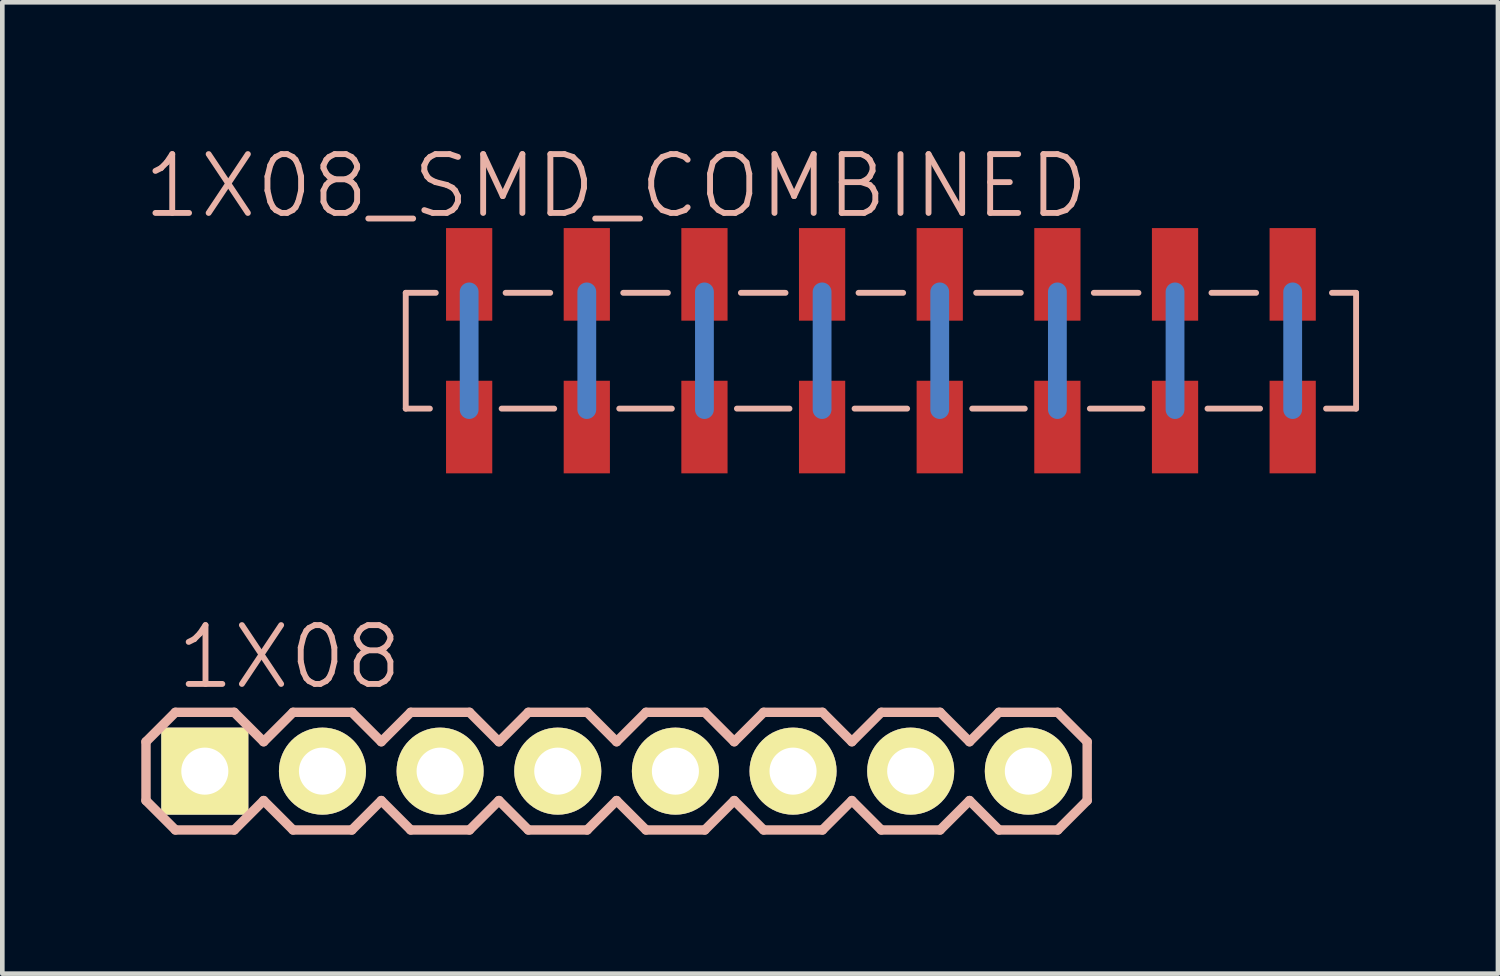
<source format=kicad_pcb>
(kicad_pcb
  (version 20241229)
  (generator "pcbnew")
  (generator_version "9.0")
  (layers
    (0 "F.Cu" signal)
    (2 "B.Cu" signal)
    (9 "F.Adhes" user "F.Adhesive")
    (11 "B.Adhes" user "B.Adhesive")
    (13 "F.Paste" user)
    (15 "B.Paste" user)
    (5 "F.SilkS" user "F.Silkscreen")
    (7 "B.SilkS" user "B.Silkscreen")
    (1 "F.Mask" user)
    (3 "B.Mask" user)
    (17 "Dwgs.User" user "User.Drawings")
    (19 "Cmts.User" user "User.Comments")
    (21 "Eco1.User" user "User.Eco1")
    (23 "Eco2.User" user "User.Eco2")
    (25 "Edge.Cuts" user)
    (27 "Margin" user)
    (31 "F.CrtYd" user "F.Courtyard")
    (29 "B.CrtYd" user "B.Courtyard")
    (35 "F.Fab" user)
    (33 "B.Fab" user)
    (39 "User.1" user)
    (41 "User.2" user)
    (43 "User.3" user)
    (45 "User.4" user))
  (footprint "1X08_SMD_COMBINED"
    (layer "F.Cu")
    (at 7.079 4.522)
    (property "Reference" "1X08_SMD_COMBINED" (at 3.175 -3.556 0) (layer "B.SilkS") (effects (font (size 1.27 1.27) (thickness 0.127))))
    (attr smd)
    (fp_line (start 0 -1.27) (end 0 1.27) (stroke (width 0.406) (type solid)) (layer "B.Cu"))
    (fp_line (start 2.54 -1.27) (end 2.54 1.27) (stroke (width 0.406) (type solid)) (layer "B.Cu"))
    (fp_line (start 5.08 -1.27) (end 5.08 1.27) (stroke (width 0.406) (type solid)) (layer "B.Cu"))
    (fp_line (start 7.62 -1.27) (end 7.62 1.27) (stroke (width 0.406) (type solid)) (layer "B.Cu"))
    (fp_line (start 10.16 -1.27) (end 10.16 1.27) (stroke (width 0.406) (type solid)) (layer "B.Cu"))
    (fp_line (start 12.7 -1.27) (end 12.7 1.27) (stroke (width 0.406) (type solid)) (layer "B.Cu"))
    (fp_line (start 15.24 -1.27) (end 15.24 1.27) (stroke (width 0.406) (type solid)) (layer "B.Cu"))
    (fp_line (start 17.78 -1.27) (end 17.78 1.27) (stroke (width 0.406) (type solid)) (layer "B.Cu"))
    (fp_line (start -1.369 -1.25) (end -0.721 -1.25) (stroke (width 0.127) (type solid)) (layer "B.SilkS"))
    (fp_line (start -1.369 1.25) (end -1.369 -1.25) (stroke (width 0.127) (type solid)) (layer "B.SilkS"))
    (fp_line (start -0.848 1.25) (end -1.369 1.25) (stroke (width 0.127) (type solid)) (layer "B.SilkS"))
    (fp_line (start 0.787 -1.25) (end 1.75 -1.25) (stroke (width 0.127) (type solid)) (layer "B.SilkS"))
    (fp_line (start 1.836 1.25) (end 0.701 1.25) (stroke (width 0.127) (type solid)) (layer "B.SilkS"))
    (fp_line (start 3.327 -1.25) (end 4.29 -1.25) (stroke (width 0.127) (type solid)) (layer "B.SilkS"))
    (fp_line (start 4.376 1.25) (end 3.241 1.25) (stroke (width 0.127) (type solid)) (layer "B.SilkS"))
    (fp_line (start 5.867 -1.25) (end 6.83 -1.25) (stroke (width 0.127) (type solid)) (layer "B.SilkS"))
    (fp_line (start 6.916 1.25) (end 5.781 1.25) (stroke (width 0.127) (type solid)) (layer "B.SilkS"))
    (fp_line (start 8.407 -1.25) (end 9.37 -1.25) (stroke (width 0.127) (type solid)) (layer "B.SilkS"))
    (fp_line (start 9.456 1.25) (end 8.321 1.25) (stroke (width 0.127) (type solid)) (layer "B.SilkS"))
    (fp_line (start 10.947 -1.25) (end 11.91 -1.25) (stroke (width 0.127) (type solid)) (layer "B.SilkS"))
    (fp_line (start 11.996 1.25) (end 10.861 1.25) (stroke (width 0.127) (type solid)) (layer "B.SilkS"))
    (fp_line (start 13.487 -1.25) (end 14.45 -1.25) (stroke (width 0.127) (type solid)) (layer "B.SilkS"))
    (fp_line (start 14.536 1.25) (end 13.401 1.25) (stroke (width 0.127) (type solid)) (layer "B.SilkS"))
    (fp_line (start 16.027 -1.25) (end 16.99 -1.25) (stroke (width 0.127) (type solid)) (layer "B.SilkS"))
    (fp_line (start 17.076 1.25) (end 15.941 1.25) (stroke (width 0.127) (type solid)) (layer "B.SilkS"))
    (fp_line (start 18.628 -1.25) (end 19.149 -1.25) (stroke (width 0.127) (type solid)) (layer "B.SilkS"))
    (fp_line (start 19.149 -1.25) (end 19.149 1.25) (stroke (width 0.127) (type solid)) (layer "B.SilkS"))
    (fp_line (start 19.149 1.25) (end 18.501 1.25) (stroke (width 0.127) (type solid)) (layer "B.SilkS"))
    (pad "1" smd rect (at 0 -1.648 90) (size 1.999 0.998) (layers "F.Cu" "F.Mask" "F.Paste"))
    (pad "1@2" smd rect (at 0 1.648 270) (size 1.999 0.998) (layers "F.Cu" "F.Mask" "F.Paste"))
    (pad "2" smd rect (at 2.54 1.648 90) (size 1.999 0.998) (layers "F.Cu" "F.Mask" "F.Paste"))
    (pad "2@2" smd rect (at 2.54 -1.648 270) (size 1.999 0.998) (layers "F.Cu" "F.Mask" "F.Paste"))
    (pad "3" smd rect (at 5.08 -1.648 90) (size 1.999 0.998) (layers "F.Cu" "F.Mask" "F.Paste"))
    (pad "3@2" smd rect (at 5.08 1.648 270) (size 1.999 0.998) (layers "F.Cu" "F.Mask" "F.Paste"))
    (pad "4" smd rect (at 7.62 1.648 90) (size 1.999 0.998) (layers "F.Cu" "F.Mask" "F.Paste"))
    (pad "4@2" smd rect (at 7.62 -1.648 270) (size 1.999 0.998) (layers "F.Cu" "F.Mask" "F.Paste"))
    (pad "5" smd rect (at 10.16 -1.648 90) (size 1.999 0.998) (layers "F.Cu" "F.Mask" "F.Paste"))
    (pad "5@2" smd rect (at 10.16 1.648 270) (size 1.999 0.998) (layers "F.Cu" "F.Mask" "F.Paste"))
    (pad "6" smd rect (at 12.7 1.648 90) (size 1.999 0.998) (layers "F.Cu" "F.Mask" "F.Paste"))
    (pad "6@2" smd rect (at 12.7 -1.648 270) (size 1.999 0.998) (layers "F.Cu" "F.Mask" "F.Paste"))
    (pad "7" smd rect (at 15.24 -1.648 90) (size 1.999 0.998) (layers "F.Cu" "F.Mask" "F.Paste"))
    (pad "7@2" smd rect (at 15.24 1.648 270) (size 1.999 0.998) (layers "F.Cu" "F.Mask" "F.Paste"))
    (pad "8" smd rect (at 17.78 1.648 270) (size 1.999 0.998) (layers "F.Cu" "F.Mask" "F.Paste"))
    (pad "8@2" smd rect (at 17.78 -1.648 270) (size 1.999 0.998) (layers "F.Cu" "F.Mask" "F.Paste")))
  (footprint "1X08"
    (layer "F.Cu")
    (at 1.372 13.599)
    (property "Reference" "1X08" (at 1.829 -2.464 0) (layer "B.SilkS") (effects (font (size 1.27 1.27) (thickness 0.127))))
    (attr exclude_from_pos_files exclude_from_bom)
    (fp_line (start -0.254 -0.254) (end 0.254 -0.254) (stroke (width 0.066) (type solid)) (layer "F.SilkS"))
    (fp_line (start -0.254 0.254) (end -0.254 -0.254) (stroke (width 0.066) (type solid)) (layer "F.SilkS"))
    (fp_line (start -0.254 0.254) (end 0.254 0.254) (stroke (width 0.066) (type solid)) (layer "F.SilkS"))
    (fp_line (start 0.254 0.254) (end 0.254 -0.254) (stroke (width 0.066) (type solid)) (layer "F.SilkS"))
    (fp_line (start 2.286 -0.254) (end 2.794 -0.254) (stroke (width 0.066) (type solid)) (layer "F.SilkS"))
    (fp_line (start 2.286 0.254) (end 2.286 -0.254) (stroke (width 0.066) (type solid)) (layer "F.SilkS"))
    (fp_line (start 2.286 0.254) (end 2.794 0.254) (stroke (width 0.066) (type solid)) (layer "F.SilkS"))
    (fp_line (start 2.794 0.254) (end 2.794 -0.254) (stroke (width 0.066) (type solid)) (layer "F.SilkS"))
    (fp_line (start 4.826 -0.254) (end 5.334 -0.254) (stroke (width 0.066) (type solid)) (layer "F.SilkS"))
    (fp_line (start 4.826 0.254) (end 4.826 -0.254) (stroke (width 0.066) (type solid)) (layer "F.SilkS"))
    (fp_line (start 4.826 0.254) (end 5.334 0.254) (stroke (width 0.066) (type solid)) (layer "F.SilkS"))
    (fp_line (start 5.334 0.254) (end 5.334 -0.254) (stroke (width 0.066) (type solid)) (layer "F.SilkS"))
    (fp_line (start 7.366 -0.254) (end 7.874 -0.254) (stroke (width 0.066) (type solid)) (layer "F.SilkS"))
    (fp_line (start 7.366 0.254) (end 7.366 -0.254) (stroke (width 0.066) (type solid)) (layer "F.SilkS"))
    (fp_line (start 7.366 0.254) (end 7.874 0.254) (stroke (width 0.066) (type solid)) (layer "F.SilkS"))
    (fp_line (start 7.874 0.254) (end 7.874 -0.254) (stroke (width 0.066) (type solid)) (layer "F.SilkS"))
    (fp_line (start 9.906 -0.254) (end 10.414 -0.254) (stroke (width 0.066) (type solid)) (layer "F.SilkS"))
    (fp_line (start 9.906 0.254) (end 9.906 -0.254) (stroke (width 0.066) (type solid)) (layer "F.SilkS"))
    (fp_line (start 9.906 0.254) (end 10.414 0.254) (stroke (width 0.066) (type solid)) (layer "F.SilkS"))
    (fp_line (start 10.414 0.254) (end 10.414 -0.254) (stroke (width 0.066) (type solid)) (layer "F.SilkS"))
    (fp_line (start 12.446 -0.254) (end 12.954 -0.254) (stroke (width 0.066) (type solid)) (layer "F.SilkS"))
    (fp_line (start 12.446 0.254) (end 12.446 -0.254) (stroke (width 0.066) (type solid)) (layer "F.SilkS"))
    (fp_line (start 12.446 0.254) (end 12.954 0.254) (stroke (width 0.066) (type solid)) (layer "F.SilkS"))
    (fp_line (start 12.954 0.254) (end 12.954 -0.254) (stroke (width 0.066) (type solid)) (layer "F.SilkS"))
    (fp_line (start 14.986 -0.254) (end 15.494 -0.254) (stroke (width 0.066) (type solid)) (layer "F.SilkS"))
    (fp_line (start 14.986 0.254) (end 14.986 -0.254) (stroke (width 0.066) (type solid)) (layer "F.SilkS"))
    (fp_line (start 14.986 0.254) (end 15.494 0.254) (stroke (width 0.066) (type solid)) (layer "F.SilkS"))
    (fp_line (start 15.494 0.254) (end 15.494 -0.254) (stroke (width 0.066) (type solid)) (layer "F.SilkS"))
    (fp_line (start 17.523 -0.254) (end 18.034 -0.254) (stroke (width 0.066) (type solid)) (layer "F.SilkS"))
    (fp_line (start 17.523 0.254) (end 17.523 -0.254) (stroke (width 0.066) (type solid)) (layer "F.SilkS"))
    (fp_line (start 17.523 0.254) (end 18.034 0.254) (stroke (width 0.066) (type solid)) (layer "F.SilkS"))
    (fp_line (start 18.034 0.254) (end 18.034 -0.254) (stroke (width 0.066) (type solid)) (layer "F.SilkS"))
    (fp_line (start -1.27 -0.635) (end -1.27 0.635) (stroke (width 0.203) (type solid)) (layer "B.SilkS"))
    (fp_line (start -1.27 0.635) (end -0.635 1.27) (stroke (width 0.203) (type solid)) (layer "B.SilkS"))
    (fp_line (start -0.635 -1.27) (end -1.27 -0.635) (stroke (width 0.203) (type solid)) (layer "B.SilkS"))
    (fp_line (start -0.635 -1.27) (end 0.635 -1.27) (stroke (width 0.203) (type solid)) (layer "B.SilkS"))
    (fp_line (start 0.635 -1.27) (end 1.27 -0.635) (stroke (width 0.203) (type solid)) (layer "B.SilkS"))
    (fp_line (start 0.635 1.27) (end -0.635 1.27) (stroke (width 0.203) (type solid)) (layer "B.SilkS"))
    (fp_line (start 1.27 -0.635) (end 1.905 -1.27) (stroke (width 0.203) (type solid)) (layer "B.SilkS"))
    (fp_line (start 1.27 0.635) (end 0.635 1.27) (stroke (width 0.203) (type solid)) (layer "B.SilkS"))
    (fp_line (start 1.905 -1.27) (end 3.175 -1.27) (stroke (width 0.203) (type solid)) (layer "B.SilkS"))
    (fp_line (start 1.905 1.27) (end 1.27 0.635) (stroke (width 0.203) (type solid)) (layer "B.SilkS"))
    (fp_line (start 3.175 -1.27) (end 3.81 -0.635) (stroke (width 0.203) (type solid)) (layer "B.SilkS"))
    (fp_line (start 3.175 1.27) (end 1.905 1.27) (stroke (width 0.203) (type solid)) (layer "B.SilkS"))
    (fp_line (start 3.81 -0.635) (end 4.445 -1.27) (stroke (width 0.203) (type solid)) (layer "B.SilkS"))
    (fp_line (start 3.81 0.635) (end 3.175 1.27) (stroke (width 0.203) (type solid)) (layer "B.SilkS"))
    (fp_line (start 4.445 -1.27) (end 5.715 -1.27) (stroke (width 0.203) (type solid)) (layer "B.SilkS"))
    (fp_line (start 4.445 1.27) (end 3.81 0.635) (stroke (width 0.203) (type solid)) (layer "B.SilkS"))
    (fp_line (start 5.715 -1.27) (end 6.35 -0.635) (stroke (width 0.203) (type solid)) (layer "B.SilkS"))
    (fp_line (start 5.715 1.27) (end 4.445 1.27) (stroke (width 0.203) (type solid)) (layer "B.SilkS"))
    (fp_line (start 6.35 0.635) (end 5.715 1.27) (stroke (width 0.203) (type solid)) (layer "B.SilkS"))
    (fp_line (start 6.35 0.635) (end 6.985 1.27) (stroke (width 0.203) (type solid)) (layer "B.SilkS"))
    (fp_line (start 6.985 -1.27) (end 6.35 -0.635) (stroke (width 0.203) (type solid)) (layer "B.SilkS"))
    (fp_line (start 6.985 -1.27) (end 8.255 -1.27) (stroke (width 0.203) (type solid)) (layer "B.SilkS"))
    (fp_line (start 8.255 -1.27) (end 8.89 -0.635) (stroke (width 0.203) (type solid)) (layer "B.SilkS"))
    (fp_line (start 8.255 1.27) (end 6.985 1.27) (stroke (width 0.203) (type solid)) (layer "B.SilkS"))
    (fp_line (start 8.89 -0.635) (end 9.525 -1.27) (stroke (width 0.203) (type solid)) (layer "B.SilkS"))
    (fp_line (start 8.89 0.635) (end 8.255 1.27) (stroke (width 0.203) (type solid)) (layer "B.SilkS"))
    (fp_line (start 9.525 -1.27) (end 10.795 -1.27) (stroke (width 0.203) (type solid)) (layer "B.SilkS"))
    (fp_line (start 9.525 1.27) (end 8.89 0.635) (stroke (width 0.203) (type solid)) (layer "B.SilkS"))
    (fp_line (start 10.795 -1.27) (end 11.43 -0.635) (stroke (width 0.203) (type solid)) (layer "B.SilkS"))
    (fp_line (start 10.795 1.27) (end 9.525 1.27) (stroke (width 0.203) (type solid)) (layer "B.SilkS"))
    (fp_line (start 11.43 -0.635) (end 12.065 -1.27) (stroke (width 0.203) (type solid)) (layer "B.SilkS"))
    (fp_line (start 11.43 0.635) (end 10.795 1.27) (stroke (width 0.203) (type solid)) (layer "B.SilkS"))
    (fp_line (start 12.065 -1.27) (end 13.335 -1.27) (stroke (width 0.203) (type solid)) (layer "B.SilkS"))
    (fp_line (start 12.065 1.27) (end 11.43 0.635) (stroke (width 0.203) (type solid)) (layer "B.SilkS"))
    (fp_line (start 13.335 -1.27) (end 13.97 -0.635) (stroke (width 0.203) (type solid)) (layer "B.SilkS"))
    (fp_line (start 13.335 1.27) (end 12.065 1.27) (stroke (width 0.203) (type solid)) (layer "B.SilkS"))
    (fp_line (start 13.97 0.635) (end 13.335 1.27) (stroke (width 0.203) (type solid)) (layer "B.SilkS"))
    (fp_line (start 13.97 0.635) (end 14.605 1.27) (stroke (width 0.203) (type solid)) (layer "B.SilkS"))
    (fp_line (start 14.605 -1.27) (end 13.97 -0.635) (stroke (width 0.203) (type solid)) (layer "B.SilkS"))
    (fp_line (start 14.605 -1.27) (end 15.875 -1.27) (stroke (width 0.203) (type solid)) (layer "B.SilkS"))
    (fp_line (start 15.875 -1.27) (end 16.51 -0.635) (stroke (width 0.203) (type solid)) (layer "B.SilkS"))
    (fp_line (start 15.875 1.27) (end 14.605 1.27) (stroke (width 0.203) (type solid)) (layer "B.SilkS"))
    (fp_line (start 16.51 0.635) (end 15.875 1.27) (stroke (width 0.203) (type solid)) (layer "B.SilkS"))
    (fp_line (start 16.51 0.635) (end 17.145 1.27) (stroke (width 0.203) (type solid)) (layer "B.SilkS"))
    (fp_line (start 17.145 -1.27) (end 16.51 -0.635) (stroke (width 0.203) (type solid)) (layer "B.SilkS"))
    (fp_line (start 17.145 -1.27) (end 18.415 -1.27) (stroke (width 0.203) (type solid)) (layer "B.SilkS"))
    (fp_line (start 18.415 -1.27) (end 19.05 -0.635) (stroke (width 0.203) (type solid)) (layer "B.SilkS"))
    (fp_line (start 18.415 1.27) (end 17.145 1.27) (stroke (width 0.203) (type solid)) (layer "B.SilkS"))
    (fp_line (start 19.05 -0.635) (end 19.05 0.635) (stroke (width 0.203) (type solid)) (layer "B.SilkS"))
    (fp_line (start 19.05 0.635) (end 18.415 1.27) (stroke (width 0.203) (type solid)) (layer "B.SilkS"))
    (pad "1" thru_hole rect (at 0 0) (size 1.88 1.88) (drill 1.016) (layers "*.Cu" "F.Mask" "F.SilkS" "F.Paste"))
    (pad "2" thru_hole circle (at 2.54 0) (size 1.88 1.88) (drill 1.016) (layers "*.Cu" "F.Mask" "F.SilkS" "F.Paste"))
    (pad "3" thru_hole circle (at 5.08 0) (size 1.88 1.88) (drill 1.016) (layers "*.Cu" "F.Mask" "F.SilkS" "F.Paste"))
    (pad "4" thru_hole circle (at 7.62 0) (size 1.88 1.88) (drill 1.016) (layers "*.Cu" "F.Mask" "F.SilkS" "F.Paste"))
    (pad "5" thru_hole circle (at 10.16 0) (size 1.88 1.88) (drill 1.016) (layers "*.Cu" "F.Mask" "F.SilkS" "F.Paste"))
    (pad "6" thru_hole circle (at 12.7 0) (size 1.88 1.88) (drill 1.016) (layers "*.Cu" "F.Mask" "F.SilkS" "F.Paste"))
    (pad "7" thru_hole circle (at 15.24 0) (size 1.88 1.88) (drill 1.016) (layers "*.Cu" "F.Mask" "F.SilkS" "F.Paste"))
    (pad "8" thru_hole circle (at 17.78 0) (size 1.88 1.88) (drill 1.016) (layers "*.Cu" "F.Mask" "F.SilkS" "F.Paste")))
  (gr_rect
    (start -3 -3)
    (end 29.291 17.971)
    (stroke (width 0.1) (type default))
    (fill no)
    (layer "Edge.Cuts")))
</source>
